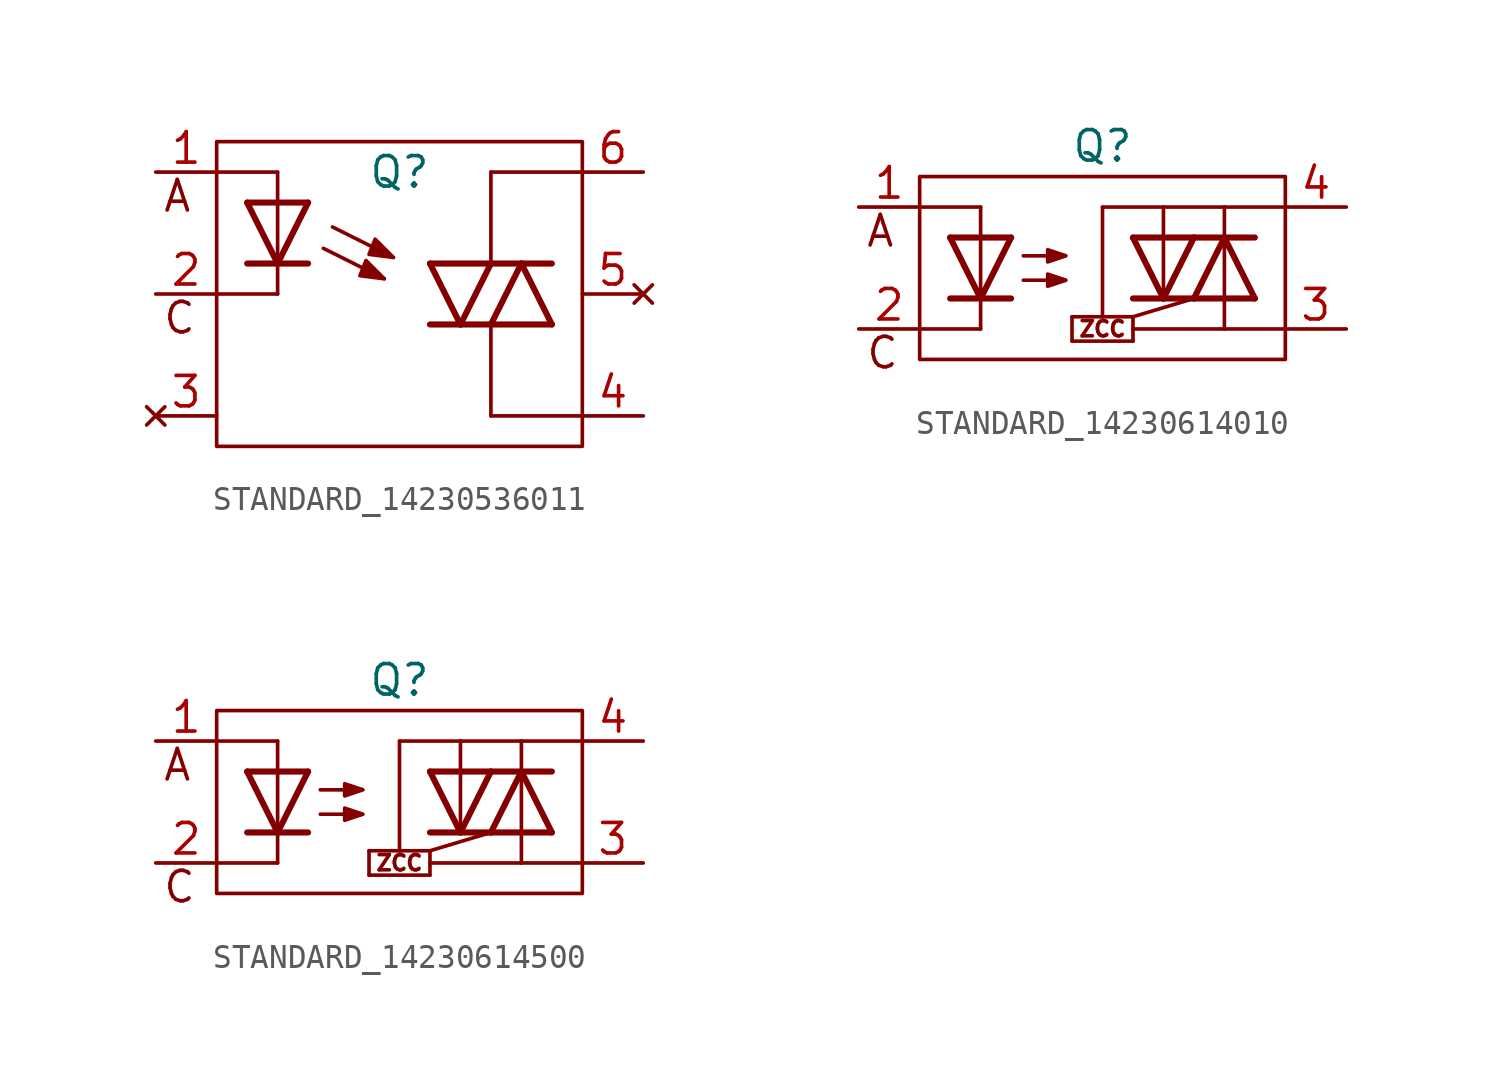
<source format=kicad_sym>
(kicad_symbol_lib
  (version 20220914)
  (generator kicad_symbol_editor)
  (symbol "STANDARD_14230536011"
    (pin_names hide)
    (property "Reference" "Q"
      (at 0 5.08 0)
      (effects (font (size 1.27 1.27))))
    (symbol "STANDARD_14230536011_0_0"
      (rectangle (start -7.62 6.35) (end 7.62 -6.35) (stroke (width 0) (type default)) (fill (type none)))
      (polyline (pts (xy -5.08 0) (xy -7.62 0)) (stroke (width 0.152) (type default)) (fill (type none)))
      (polyline (pts (xy -5.08 1.27) (xy -6.35 1.27)) (stroke (width 0.254) (type default)) (fill (type none)))
      (polyline (pts (xy -5.08 1.27) (xy -6.35 3.81)) (stroke (width 0.254) (type default)) (fill (type none)))
      (polyline (pts (xy -5.08 1.27) (xy -5.08 0)) (stroke (width 0.152) (type default)) (fill (type none)))
      (polyline (pts (xy -5.08 3.81) (xy -6.35 3.81)) (stroke (width 0.254) (type default)) (fill (type none)))
      (polyline (pts (xy -5.08 3.81) (xy -5.08 1.27)) (stroke (width 0.152) (type default)) (fill (type none)))
      (polyline (pts (xy -5.08 3.81) (xy -5.08 5.08)) (stroke (width 0.152) (type default)) (fill (type none)))
      (polyline (pts (xy -5.08 5.08) (xy -7.62 5.08)) (stroke (width 0.152) (type default)) (fill (type none)))
      (polyline (pts (xy -3.81 1.27) (xy -5.08 1.27)) (stroke (width 0.254) (type default)) (fill (type none)))
      (polyline (pts (xy -3.81 3.81) (xy -5.08 1.27)) (stroke (width 0.254) (type default)) (fill (type none)))
      (polyline (pts (xy -3.81 3.81) (xy -5.08 3.81)) (stroke (width 0.254) (type default)) (fill (type none)))
      (polyline (pts (xy -3.175 1.905) (xy -0.635 0.635)) (stroke (width 0.152) (type default)) (fill (type none)))
      (polyline (pts (xy -2.794 2.794) (xy -0.254 1.524)) (stroke (width 0.152) (type default)) (fill (type none)))
      (polyline (pts (xy 2.54 -1.27) (xy 1.27 -1.27)) (stroke (width 0.254) (type default)) (fill (type none)))
      (polyline (pts (xy 2.54 -1.27) (xy 1.27 1.27)) (stroke (width 0.254) (type default)) (fill (type none)))
      (polyline (pts (xy 3.81 -1.27) (xy 2.54 -1.27)) (stroke (width 0.254) (type default)) (fill (type none)))
      (polyline (pts (xy 3.81 -1.27) (xy 3.81 -5.08)) (stroke (width 0.152) (type default)) (fill (type none)))
      (polyline (pts (xy 3.81 -1.27) (xy 5.08 1.27)) (stroke (width 0.254) (type default)) (fill (type none)))
      (polyline (pts (xy 3.81 -1.27) (xy 6.35 -1.27)) (stroke (width 0.254) (type default)) (fill (type none)))
      (polyline (pts (xy 3.81 1.27) (xy 1.27 1.27)) (stroke (width 0.254) (type default)) (fill (type none)))
      (polyline (pts (xy 3.81 1.27) (xy 2.54 -1.27)) (stroke (width 0.254) (type default)) (fill (type none)))
      (polyline (pts (xy 3.81 1.27) (xy 3.81 5.08)) (stroke (width 0.152) (type default)) (fill (type none)))
      (polyline (pts (xy 3.81 1.27) (xy 5.08 1.27)) (stroke (width 0.254) (type default)) (fill (type none)))
      (polyline (pts (xy 5.08 1.27) (xy 6.35 -1.27)) (stroke (width 0.254) (type default)) (fill (type none)))
      (polyline (pts (xy 5.08 1.27) (xy 6.35 1.27)) (stroke (width 0.254) (type default)) (fill (type none)))
      (polyline (pts (xy 7.62 -5.08) (xy 3.81 -5.08)) (stroke (width 0.152) (type default)) (fill (type none)))
      (polyline (pts (xy 7.62 5.08) (xy 3.81 5.08)) (stroke (width 0.152) (type default)) (fill (type none)))
      (polyline (pts (xy -1.397 1.397) (xy -0.635 0.635) (xy -1.651 0.762) (xy -1.397 1.397)) (stroke (width 0.152) (type default)) (fill (type outline)))
      (polyline (pts (xy -1.016 2.286) (xy -0.254 1.524) (xy -1.27 1.651) (xy -1.016 2.286)) (stroke (width 0.152) (type default)) (fill (type outline)))
      (text "A" (at -9.906 4.826 0) (effects (font (size 1.27 1.27)) (justify left top)))
      (text "C" (at -9.906 -0.254 0) (effects (font (size 1.27 1.27)) (justify left top))))
    (symbol "STANDARD_14230536011_1_0"
      (pin passive line (at -10.16 5.08 0) (length 2.54) (name "Anode" (effects (font (size 1.27 1.27)))) (number "1" (effects (font (size 1.27 1.27)))))
      (pin passive line (at -10.16 0 0) (length 2.54) (name "Cathode" (effects (font (size 1.27 1.27)))) (number "2" (effects (font (size 1.27 1.27)))))
      (pin no_connect line (at -10.16 -5.08 0) (length 2.54) (name "NC" (effects (font (size 1.27 1.27)))) (number "3" (effects (font (size 1.27 1.27)))))
      (pin passive line (at 10.16 -5.08 180) (length 2.54) (name "Teminal" (effects (font (size 1.27 1.27)))) (number "4" (effects (font (size 1.27 1.27)))))
      (pin no_connect line (at 10.16 0 180) (length 2.54) (name "NC" (effects (font (size 1.27 1.27)))) (number "5" (effects (font (size 1.27 1.27)))))
      (pin passive line (at 10.16 5.08 180) (length 2.54) (name "Teminal" (effects (font (size 1.27 1.27)))) (number "6" (effects (font (size 1.27 1.27)))))))
  (symbol "STANDARD_14230614010"
    (pin_names hide)
    (property "Reference" "Q"
      (at 0 5.08 0)
      (effects (font (size 1.27 1.27))))
    (symbol "STANDARD_14230614010_0_0"
      (polyline (pts (xy -5.08 -2.54) (xy -7.62 -2.54)) (stroke (width 0.152) (type default)) (fill (type none)))
      (polyline (pts (xy -5.08 -1.27) (xy -6.35 -1.27)) (stroke (width 0.254) (type default)) (fill (type none)))
      (polyline (pts (xy -5.08 -1.27) (xy -6.35 1.27)) (stroke (width 0.254) (type default)) (fill (type none)))
      (polyline (pts (xy -5.08 -1.27) (xy -5.08 -2.54)) (stroke (width 0.152) (type default)) (fill (type none)))
      (polyline (pts (xy -5.08 1.27) (xy -6.35 1.27)) (stroke (width 0.254) (type default)) (fill (type none)))
      (polyline (pts (xy -5.08 1.27) (xy -5.08 -1.27)) (stroke (width 0.152) (type default)) (fill (type none)))
      (polyline (pts (xy -5.08 1.27) (xy -5.08 2.54)) (stroke (width 0.152) (type default)) (fill (type none)))
      (polyline (pts (xy -3.81 -1.27) (xy -5.08 -1.27)) (stroke (width 0.254) (type default)) (fill (type none)))
      (polyline (pts (xy -3.81 1.27) (xy -5.08 -1.27)) (stroke (width 0.254) (type default)) (fill (type none)))
      (polyline (pts (xy -3.81 1.27) (xy -5.08 1.27)) (stroke (width 0.254) (type default)) (fill (type none)))
      (polyline (pts (xy -3.302 -0.508) (xy -2.032 -0.508)) (stroke (width 0.152) (type default)) (fill (type none)))
      (polyline (pts (xy -3.302 0.508) (xy -2.032 0.508)) (stroke (width 0.152) (type default)) (fill (type none)))
      (polyline (pts (xy -1.27 -3.048) (xy -1.27 -2.032)) (stroke (width 0.152) (type default)) (fill (type none)))
      (polyline (pts (xy -1.27 -2.032) (xy 0 -2.032)) (stroke (width 0.152) (type default)) (fill (type none)))
      (polyline (pts (xy 0 -2.032) (xy 1.27 -2.032)) (stroke (width 0.152) (type default)) (fill (type none)))
      (polyline (pts (xy 0 2.54) (xy 0 -2.032)) (stroke (width 0.152) (type default)) (fill (type none)))
      (polyline (pts (xy 1.27 -3.048) (xy -1.27 -3.048)) (stroke (width 0.152) (type default)) (fill (type none)))
      (polyline (pts (xy 1.27 -2.54) (xy 1.27 -3.048)) (stroke (width 0.152) (type default)) (fill (type none)))
      (polyline (pts (xy 1.27 -2.54) (xy 5.08 -2.54)) (stroke (width 0.152) (type default)) (fill (type none)))
      (polyline (pts (xy 1.27 -2.032) (xy 1.27 -2.54)) (stroke (width 0.152) (type default)) (fill (type none)))
      (polyline (pts (xy 2.54 -1.27) (xy 1.27 -1.27)) (stroke (width 0.254) (type default)) (fill (type none)))
      (polyline (pts (xy 2.54 -1.27) (xy 1.27 1.27)) (stroke (width 0.254) (type default)) (fill (type none)))
      (polyline (pts (xy 2.54 1.27) (xy 1.27 1.27)) (stroke (width 0.254) (type default)) (fill (type none)))
      (polyline (pts (xy 2.54 1.27) (xy 2.54 -1.27)) (stroke (width 0.152) (type default)) (fill (type none)))
      (polyline (pts (xy 2.54 1.27) (xy 2.54 2.54)) (stroke (width 0.152) (type default)) (fill (type none)))
      (polyline (pts (xy 2.54 2.54) (xy 0 2.54)) (stroke (width 0.152) (type default)) (fill (type none)))
      (polyline (pts (xy 3.81 -1.27) (xy 1.27 -2.032)) (stroke (width 0.152) (type default)) (fill (type none)))
      (polyline (pts (xy 3.81 -1.27) (xy 2.54 -1.27)) (stroke (width 0.254) (type default)) (fill (type none)))
      (polyline (pts (xy 3.81 -1.27) (xy 5.08 -1.27)) (stroke (width 0.254) (type default)) (fill (type none)))
      (polyline (pts (xy 3.81 -1.27) (xy 5.08 1.27)) (stroke (width 0.254) (type default)) (fill (type none)))
      (polyline (pts (xy 3.81 1.27) (xy 2.54 -1.27)) (stroke (width 0.254) (type default)) (fill (type none)))
      (polyline (pts (xy 3.81 1.27) (xy 2.54 1.27)) (stroke (width 0.254) (type default)) (fill (type none)))
      (polyline (pts (xy 3.81 1.27) (xy 5.08 1.27)) (stroke (width 0.254) (type default)) (fill (type none)))
      (polyline (pts (xy 5.08 -1.27) (xy 5.08 -2.54)) (stroke (width 0.152) (type default)) (fill (type none)))
      (polyline (pts (xy 5.08 -1.27) (xy 5.08 1.27)) (stroke (width 0.152) (type default)) (fill (type none)))
      (polyline (pts (xy 5.08 -1.27) (xy 6.35 -1.27)) (stroke (width 0.254) (type default)) (fill (type none)))
      (polyline (pts (xy 5.08 1.27) (xy 5.08 2.54)) (stroke (width 0.152) (type default)) (fill (type none)))
      (polyline (pts (xy 5.08 1.27) (xy 6.35 -1.27)) (stroke (width 0.254) (type default)) (fill (type none)))
      (polyline (pts (xy 5.08 1.27) (xy 6.35 1.27)) (stroke (width 0.254) (type default)) (fill (type none)))
      (polyline (pts (xy 5.08 2.54) (xy 2.54 2.54)) (stroke (width 0.152) (type default)) (fill (type none)))
      (polyline (pts (xy 7.62 -2.54) (xy 5.08 -2.54)) (stroke (width 0.152) (type default)) (fill (type none)))
      (polyline (pts (xy 7.62 2.54) (xy 5.08 2.54)) (stroke (width 0.152) (type default)) (fill (type none)))
      (polyline (pts (xy -2.286 -0.254) (xy -1.524 -0.508) (xy -2.286 -0.762) (xy -2.286 -0.254)) (stroke (width 0.152) (type default)) (fill (type outline)))
      (polyline (pts (xy -2.286 0.762) (xy -1.524 0.508) (xy -2.286 0.254) (xy -2.286 0.762)) (stroke (width 0.152) (type default)) (fill (type outline)))
      (text "A" (at -9.906 2.286 0) (effects (font (size 1.27 1.27)) (justify left top)))
      (text "C" (at -9.906 -2.794 0) (effects (font (size 1.27 1.27)) (justify left top))))
    (symbol "STANDARD_14230614010_0_1"
      (rectangle (start -7.62 3.81) (end 7.62 -3.81) (stroke (width 0) (type default)) (fill (type none))))
    (symbol "STANDARD_14230614010_1_0"
      (polyline (pts (xy -5.08 2.54) (xy -7.62 2.54)) (stroke (width 0.152) (type default)) (fill (type none)))
      (text "ZCC" (at 0 -2.54 0) (effects (font (size 0.635 0.635))))
      (pin passive line (at -10.16 2.54 0) (length 2.54) (name "Anode" (effects (font (size 1.27 1.27)))) (number "1" (effects (font (size 1.27 1.27)))))
      (pin passive line (at -10.16 -2.54 0) (length 2.54) (name "Cathode" (effects (font (size 1.27 1.27)))) (number "2" (effects (font (size 1.27 1.27)))))
      (pin passive line (at 10.16 -2.54 180) (length 2.54) (name "Teminal" (effects (font (size 1.27 1.27)))) (number "3" (effects (font (size 1.27 1.27)))))
      (pin passive line (at 10.16 2.54 180) (length 2.54) (name "Teminal" (effects (font (size 1.27 1.27)))) (number "4" (effects (font (size 1.27 1.27)))))))
  (symbol "STANDARD_14230614500"
    (pin_names hide)
    (property "Reference" "Q"
      (at 0 5.08 0)
      (effects (font (size 1.27 1.27))))
    (symbol "STANDARD_14230614500_0_0"
      (polyline (pts (xy -5.08 -2.54) (xy -7.62 -2.54)) (stroke (width 0.152) (type default)) (fill (type none)))
      (polyline (pts (xy -5.08 -1.27) (xy -6.35 -1.27)) (stroke (width 0.254) (type default)) (fill (type none)))
      (polyline (pts (xy -5.08 -1.27) (xy -6.35 1.27)) (stroke (width 0.254) (type default)) (fill (type none)))
      (polyline (pts (xy -5.08 -1.27) (xy -5.08 -2.54)) (stroke (width 0.152) (type default)) (fill (type none)))
      (polyline (pts (xy -5.08 1.27) (xy -6.35 1.27)) (stroke (width 0.254) (type default)) (fill (type none)))
      (polyline (pts (xy -5.08 1.27) (xy -5.08 -1.27)) (stroke (width 0.152) (type default)) (fill (type none)))
      (polyline (pts (xy -5.08 1.27) (xy -5.08 2.54)) (stroke (width 0.152) (type default)) (fill (type none)))
      (polyline (pts (xy -3.81 -1.27) (xy -5.08 -1.27)) (stroke (width 0.254) (type default)) (fill (type none)))
      (polyline (pts (xy -3.81 1.27) (xy -5.08 -1.27)) (stroke (width 0.254) (type default)) (fill (type none)))
      (polyline (pts (xy -3.81 1.27) (xy -5.08 1.27)) (stroke (width 0.254) (type default)) (fill (type none)))
      (polyline (pts (xy -3.302 -0.508) (xy -2.032 -0.508)) (stroke (width 0.152) (type default)) (fill (type none)))
      (polyline (pts (xy -3.302 0.508) (xy -2.032 0.508)) (stroke (width 0.152) (type default)) (fill (type none)))
      (polyline (pts (xy -1.27 -3.048) (xy -1.27 -2.032)) (stroke (width 0.152) (type default)) (fill (type none)))
      (polyline (pts (xy -1.27 -2.032) (xy 0 -2.032)) (stroke (width 0.152) (type default)) (fill (type none)))
      (polyline (pts (xy 0 -2.032) (xy 1.27 -2.032)) (stroke (width 0.152) (type default)) (fill (type none)))
      (polyline (pts (xy 0 2.54) (xy 0 -2.032)) (stroke (width 0.152) (type default)) (fill (type none)))
      (polyline (pts (xy 1.27 -3.048) (xy -1.27 -3.048)) (stroke (width 0.152) (type default)) (fill (type none)))
      (polyline (pts (xy 1.27 -2.54) (xy 1.27 -3.048)) (stroke (width 0.152) (type default)) (fill (type none)))
      (polyline (pts (xy 1.27 -2.54) (xy 5.08 -2.54)) (stroke (width 0.152) (type default)) (fill (type none)))
      (polyline (pts (xy 1.27 -2.032) (xy 1.27 -2.54)) (stroke (width 0.152) (type default)) (fill (type none)))
      (polyline (pts (xy 2.54 -1.27) (xy 1.27 -1.27)) (stroke (width 0.254) (type default)) (fill (type none)))
      (polyline (pts (xy 2.54 -1.27) (xy 1.27 1.27)) (stroke (width 0.254) (type default)) (fill (type none)))
      (polyline (pts (xy 2.54 1.27) (xy 1.27 1.27)) (stroke (width 0.254) (type default)) (fill (type none)))
      (polyline (pts (xy 2.54 1.27) (xy 2.54 -1.27)) (stroke (width 0.152) (type default)) (fill (type none)))
      (polyline (pts (xy 2.54 1.27) (xy 2.54 2.54)) (stroke (width 0.152) (type default)) (fill (type none)))
      (polyline (pts (xy 2.54 2.54) (xy 0 2.54)) (stroke (width 0.152) (type default)) (fill (type none)))
      (polyline (pts (xy 3.81 -1.27) (xy 1.27 -2.032)) (stroke (width 0.152) (type default)) (fill (type none)))
      (polyline (pts (xy 3.81 -1.27) (xy 2.54 -1.27)) (stroke (width 0.254) (type default)) (fill (type none)))
      (polyline (pts (xy 3.81 -1.27) (xy 5.08 -1.27)) (stroke (width 0.254) (type default)) (fill (type none)))
      (polyline (pts (xy 3.81 -1.27) (xy 5.08 1.27)) (stroke (width 0.254) (type default)) (fill (type none)))
      (polyline (pts (xy 3.81 1.27) (xy 2.54 -1.27)) (stroke (width 0.254) (type default)) (fill (type none)))
      (polyline (pts (xy 3.81 1.27) (xy 2.54 1.27)) (stroke (width 0.254) (type default)) (fill (type none)))
      (polyline (pts (xy 3.81 1.27) (xy 5.08 1.27)) (stroke (width 0.254) (type default)) (fill (type none)))
      (polyline (pts (xy 5.08 -1.27) (xy 5.08 -2.54)) (stroke (width 0.152) (type default)) (fill (type none)))
      (polyline (pts (xy 5.08 -1.27) (xy 5.08 1.27)) (stroke (width 0.152) (type default)) (fill (type none)))
      (polyline (pts (xy 5.08 -1.27) (xy 6.35 -1.27)) (stroke (width 0.254) (type default)) (fill (type none)))
      (polyline (pts (xy 5.08 1.27) (xy 5.08 2.54)) (stroke (width 0.152) (type default)) (fill (type none)))
      (polyline (pts (xy 5.08 1.27) (xy 6.35 -1.27)) (stroke (width 0.254) (type default)) (fill (type none)))
      (polyline (pts (xy 5.08 1.27) (xy 6.35 1.27)) (stroke (width 0.254) (type default)) (fill (type none)))
      (polyline (pts (xy 5.08 2.54) (xy 2.54 2.54)) (stroke (width 0.152) (type default)) (fill (type none)))
      (polyline (pts (xy 7.62 -2.54) (xy 5.08 -2.54)) (stroke (width 0.152) (type default)) (fill (type none)))
      (polyline (pts (xy 7.62 2.54) (xy 5.08 2.54)) (stroke (width 0.152) (type default)) (fill (type none)))
      (polyline (pts (xy -2.286 -0.254) (xy -1.524 -0.508) (xy -2.286 -0.762) (xy -2.286 -0.254)) (stroke (width 0.152) (type default)) (fill (type outline)))
      (polyline (pts (xy -2.286 0.762) (xy -1.524 0.508) (xy -2.286 0.254) (xy -2.286 0.762)) (stroke (width 0.152) (type default)) (fill (type outline)))
      (text "A" (at -9.906 2.286 0) (effects (font (size 1.27 1.27)) (justify left top)))
      (text "C" (at -9.906 -2.794 0) (effects (font (size 1.27 1.27)) (justify left top))))
    (symbol "STANDARD_14230614500_0_1"
      (rectangle (start -7.62 3.81) (end 7.62 -3.81) (stroke (width 0) (type default)) (fill (type none))))
    (symbol "STANDARD_14230614500_1_0"
      (polyline (pts (xy -5.08 2.54) (xy -7.62 2.54)) (stroke (width 0.152) (type default)) (fill (type none)))
      (text "ZCC" (at 0 -2.54 0) (effects (font (size 0.635 0.635))))
      (pin passive line (at -10.16 2.54 0) (length 2.54) (name "Anode" (effects (font (size 1.27 1.27)))) (number "1" (effects (font (size 1.27 1.27)))))
      (pin passive line (at -10.16 -2.54 0) (length 2.54) (name "Cathode" (effects (font (size 1.27 1.27)))) (number "2" (effects (font (size 1.27 1.27)))))
      (pin passive line (at 10.16 -2.54 180) (length 2.54) (name "Teminal" (effects (font (size 1.27 1.27)))) (number "3" (effects (font (size 1.27 1.27)))))
      (pin passive line (at 10.16 2.54 180) (length 2.54) (name "Teminal" (effects (font (size 1.27 1.27)))) (number "4" (effects (font (size 1.27 1.27))))))))
</source>
